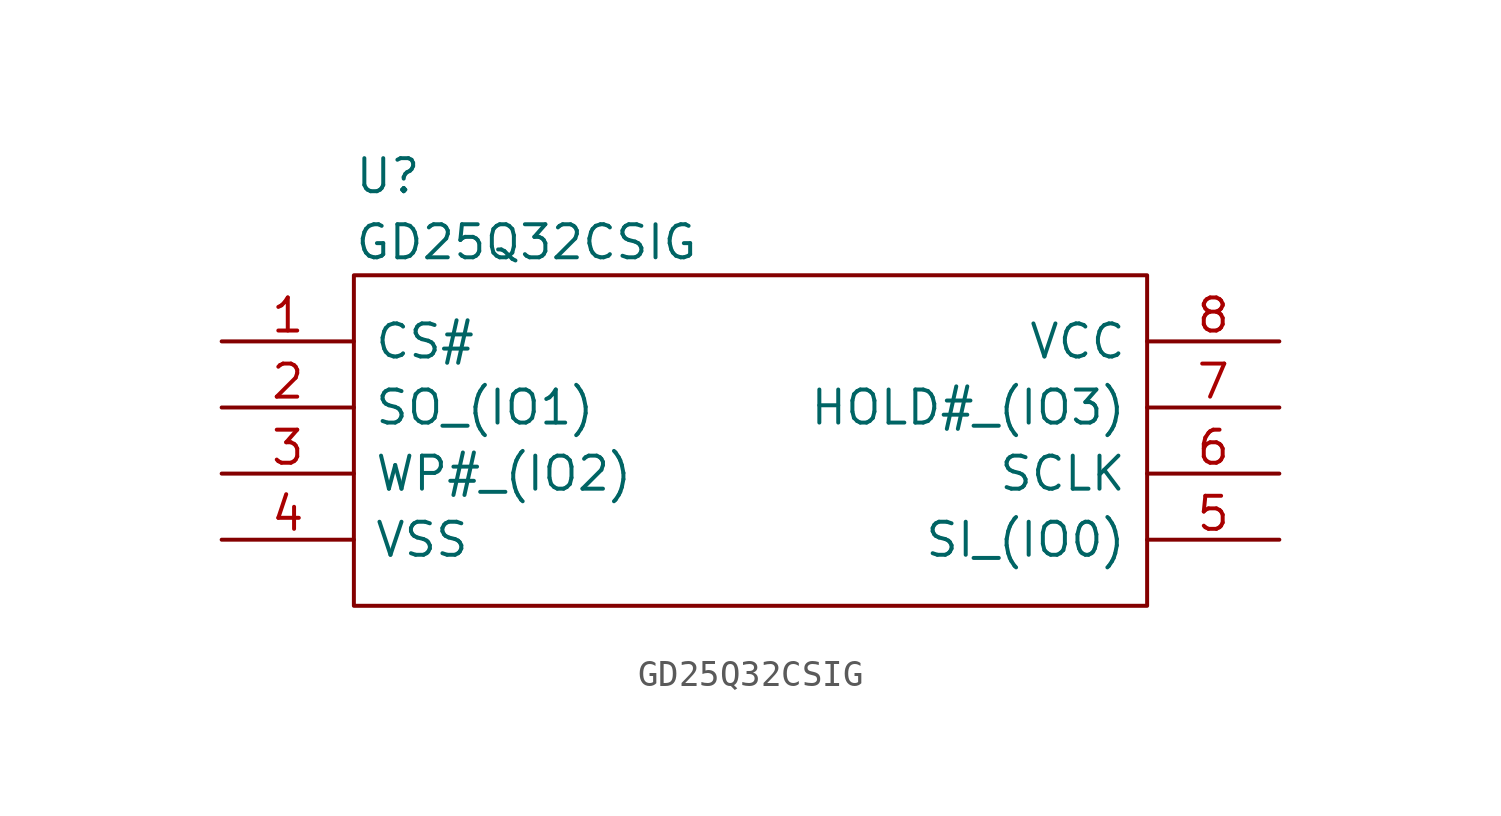
<source format=kicad_sym>
(kicad_symbol_lib
  (version 20211014)
  (generator kicad_symbol_editor)
  (symbol "GD25Q32CSIG"
    (pin_names
      (offset 0.762))
    (property "Reference" "U"
      (at -15.24 10.16 0)
      (effects (font (size 1.27 1.27)) (justify left)))
    (property "Value" "GD25Q32CSIG"
      (at -15.24 7.62 0)
      (effects (font (size 1.27 1.27)) (justify left)))
    (symbol "GD25Q32CSIG_0_0"
      (pin passive line (at -20.32 3.81 0) (length 5.08) (name "CS#" (effects (font (size 1.27 1.27)))) (number "1" (effects (font (size 1.27 1.27)))))
      (pin passive line (at -20.32 1.27 0) (length 5.08) (name "SO_(IO1)" (effects (font (size 1.27 1.27)))) (number "2" (effects (font (size 1.27 1.27)))))
      (pin passive line (at -20.32 -1.27 0) (length 5.08) (name "WP#_(IO2)" (effects (font (size 1.27 1.27)))) (number "3" (effects (font (size 1.27 1.27)))))
      (pin passive line (at -20.32 -3.81 0) (length 5.08) (name "VSS" (effects (font (size 1.27 1.27)))) (number "4" (effects (font (size 1.27 1.27)))))
      (pin passive line (at 20.32 -3.81 180) (length 5.08) (name "SI_(IO0)" (effects (font (size 1.27 1.27)))) (number "5" (effects (font (size 1.27 1.27)))))
      (pin passive line (at 20.32 -1.27 180) (length 5.08) (name "SCLK" (effects (font (size 1.27 1.27)))) (number "6" (effects (font (size 1.27 1.27)))))
      (pin passive line (at 20.32 1.27 180) (length 5.08) (name "HOLD#_(IO3)" (effects (font (size 1.27 1.27)))) (number "7" (effects (font (size 1.27 1.27)))))
      (pin passive line (at 20.32 3.81 180) (length 5.08) (name "VCC" (effects (font (size 1.27 1.27)))) (number "8" (effects (font (size 1.27 1.27))))))
    (symbol "GD25Q32CSIG_0_1"
      (rectangle (start -15.24 6.35) (end 15.24 -6.35) (stroke (width 0) (type default) (color 0 0 0 0)) (fill (type none))))))
</source>
